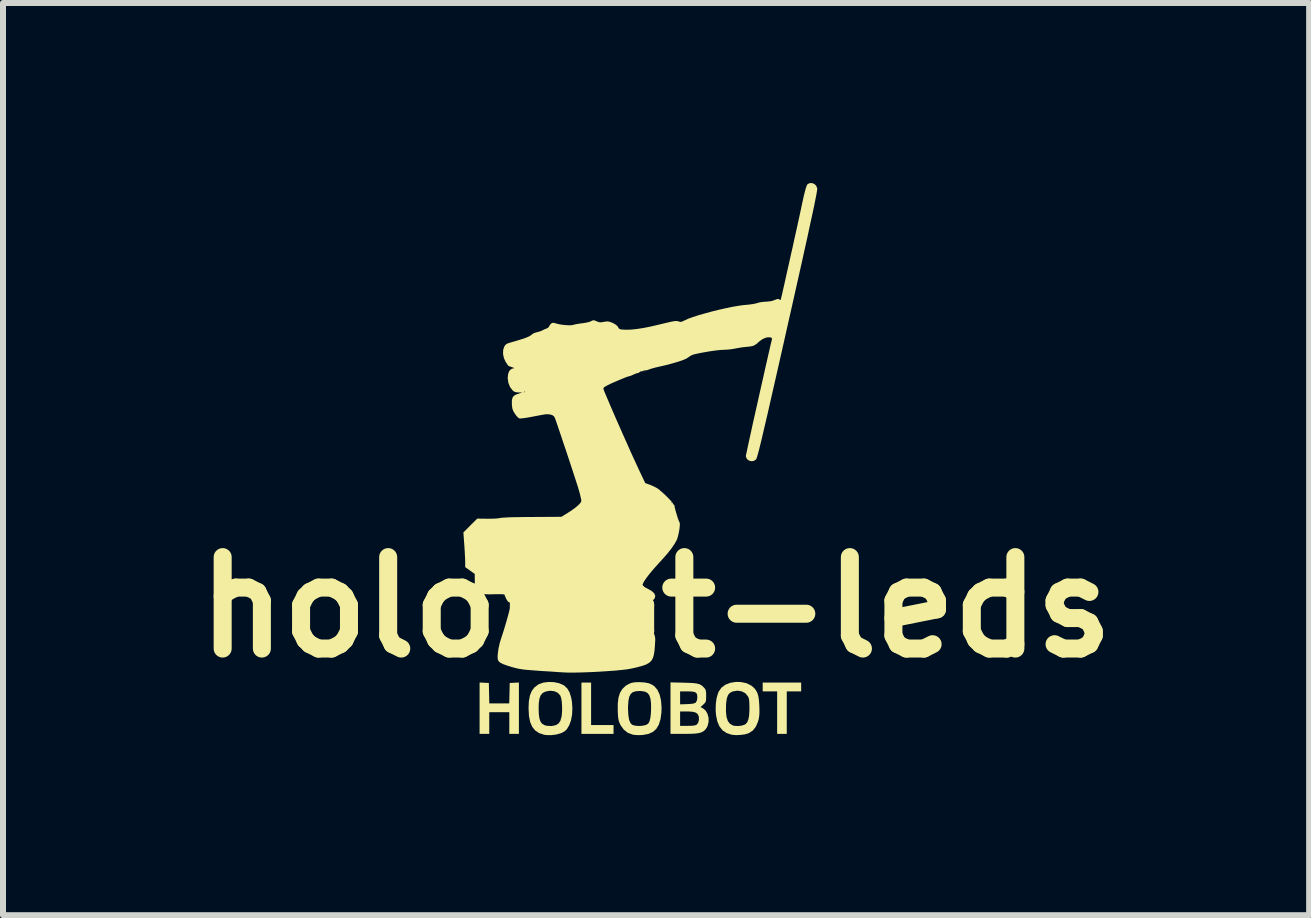
<source format=kicad_pcb>
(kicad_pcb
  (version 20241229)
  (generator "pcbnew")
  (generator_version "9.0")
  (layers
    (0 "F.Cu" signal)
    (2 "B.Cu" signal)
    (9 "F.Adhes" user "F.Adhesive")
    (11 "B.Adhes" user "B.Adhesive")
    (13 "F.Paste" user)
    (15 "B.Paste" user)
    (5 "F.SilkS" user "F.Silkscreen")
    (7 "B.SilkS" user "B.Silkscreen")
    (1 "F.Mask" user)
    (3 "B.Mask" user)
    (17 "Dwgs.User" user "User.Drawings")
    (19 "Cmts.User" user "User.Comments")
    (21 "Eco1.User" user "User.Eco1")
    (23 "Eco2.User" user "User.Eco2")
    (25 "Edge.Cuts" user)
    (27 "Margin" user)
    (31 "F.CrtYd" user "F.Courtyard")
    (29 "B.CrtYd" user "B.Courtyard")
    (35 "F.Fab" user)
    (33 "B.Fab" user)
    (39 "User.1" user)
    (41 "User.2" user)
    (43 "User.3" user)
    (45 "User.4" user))
  (footprint "holobot-leds"
    (layer "F.Cu")
    (at 7.881 7.067)
    (property "Reference" "holobot-leds" (at 0 0 0) (layer "F.SilkS") (effects (font (size 1.524 1.524) (thickness 0.3))))
    (attr board_only exclude_from_pos_files exclude_from_bom)
    (fp_poly (pts (xy -0.241 -3.922) (xy -0.247 -3.915) (xy -0.254 -3.922) (xy -0.247 -3.928)) (stroke (width 0) (type solid)) (fill yes) (layer "F.SilkS"))
    (fp_poly (pts (xy -0.187 -3.935) (xy -0.194 -3.928) (xy -0.2 -3.935) (xy -0.194 -3.942)) (stroke (width 0) (type solid)) (fill yes) (layer "F.SilkS"))
    (fp_poly (pts (xy -1.082 1.964) (xy -0.708 1.964) (xy -0.708 2.111) (xy -1.243 2.111) (xy -1.243 1.256) (xy -1.082 1.256)) (stroke (width 0) (type solid)) (fill yes) (layer "F.SilkS"))
    (fp_poly (pts (xy 2.418 1.403) (xy 2.178 1.403) (xy 2.178 2.111) (xy 2.018 2.111) (xy 2.018 1.403) (xy 1.777 1.403) (xy 1.777 1.256) (xy 2.418 1.256)) (stroke (width 0) (type solid)) (fill yes) (layer "F.SilkS"))
    (fp_poly (pts (xy -2.285 2.111) (xy -2.445 2.111) (xy -2.445 1.75) (xy -2.779 1.75) (xy -2.779 2.111) (xy -2.94 2.111) (xy -2.94 1.255) (xy -2.786 1.263) (xy -2.782 1.433) (xy -2.778 1.603) (xy -2.446 1.603) (xy -2.442 1.433) (xy -2.438 1.263) (xy -2.285 1.255)) (stroke (width 0) (type solid)) (fill yes) (layer "F.SilkS"))
    (fp_poly (pts (xy -1.7 1.249) (xy -1.615 1.267) (xy -1.543 1.298) (xy -1.526 1.309) (xy -1.477 1.357) (xy -1.44 1.421) (xy -1.414 1.506) (xy -1.401 1.576) (xy -1.394 1.685) (xy -1.399 1.79) (xy -1.417 1.886) (xy -1.447 1.968) (xy -1.486 2.033) (xy -1.521 2.067) (xy -1.582 2.099) (xy -1.659 2.121) (xy -1.744 2.132) (xy -1.827 2.131) (xy -1.866 2.125) (xy -1.948 2.098) (xy -2.013 2.055) (xy -2.062 1.995) (xy -2.097 1.915) (xy -2.117 1.815) (xy -2.124 1.693) (xy -2.124 1.684) (xy -1.956 1.684) (xy -1.953 1.781) (xy -1.943 1.855) (xy -1.924 1.909) (xy -1.894 1.946) (xy -1.853 1.968) (xy -1.813 1.977) (xy -1.739 1.98) (xy -1.674 1.967) (xy -1.626 1.939) (xy -1.624 1.938) (xy -1.593 1.891) (xy -1.573 1.82) (xy -1.565 1.726) (xy -1.566 1.643) (xy -1.571 1.57) (xy -1.58 1.518) (xy -1.592 1.481) (xy -1.599 1.468) (xy -1.638 1.426) (xy -1.695 1.4) (xy -1.764 1.393) (xy -1.79 1.395) (xy -1.849 1.409) (xy -1.893 1.433) (xy -1.924 1.472) (xy -1.944 1.528) (xy -1.954 1.604) (xy -1.956 1.684) (xy -2.124 1.684) (xy -2.124 1.682) (xy -2.119 1.565) (xy -2.101 1.47) (xy -2.07 1.395) (xy -2.025 1.335) (xy -1.964 1.29) (xy -1.948 1.281) (xy -1.875 1.256) (xy -1.789 1.246)) (stroke (width 0) (type solid)) (fill yes) (layer "F.SilkS"))
    (fp_poly (pts (xy -0.19 1.254) (xy -0.119 1.268) (xy -0.061 1.294) (xy -0.026 1.319) (xy 0.023 1.377) (xy 0.06 1.456) (xy 0.083 1.554) (xy 0.092 1.667) (xy 0.09 1.75) (xy 0.075 1.864) (xy 0.047 1.956) (xy 0.005 2.027) (xy -0.053 2.079) (xy -0.128 2.112) (xy -0.221 2.129) (xy -0.234 2.13) (xy -0.292 2.132) (xy -0.35 2.129) (xy -0.387 2.124) (xy -0.469 2.094) (xy -0.537 2.041) (xy -0.59 1.967) (xy -0.593 1.961) (xy -0.61 1.924) (xy -0.622 1.889) (xy -0.63 1.849) (xy -0.635 1.796) (xy -0.638 1.734) (xy -0.638 1.69) (xy -0.467 1.69) (xy -0.462 1.795) (xy -0.449 1.876) (xy -0.426 1.931) (xy -0.399 1.959) (xy -0.357 1.973) (xy -0.299 1.979) (xy -0.236 1.977) (xy -0.177 1.965) (xy -0.157 1.957) (xy -0.129 1.938) (xy -0.109 1.902) (xy -0.095 1.848) (xy -0.086 1.773) (xy -0.083 1.71) (xy -0.083 1.608) (xy -0.092 1.53) (xy -0.11 1.472) (xy -0.139 1.432) (xy -0.182 1.408) (xy -0.239 1.398) (xy -0.274 1.396) (xy -0.338 1.401) (xy -0.387 1.416) (xy -0.422 1.446) (xy -0.446 1.492) (xy -0.46 1.557) (xy -0.466 1.645) (xy -0.467 1.69) (xy -0.638 1.69) (xy -0.638 1.61) (xy -0.626 1.508) (xy -0.6 1.425) (xy -0.559 1.36) (xy -0.504 1.308) (xy -0.46 1.283) (xy -0.421 1.265) (xy -0.382 1.255) (xy -0.334 1.25) (xy -0.281 1.249)) (stroke (width 0) (type solid)) (fill yes) (layer "F.SilkS"))
    (fp_poly (pts (xy 1.412 1.247) (xy 1.51 1.267) (xy 1.59 1.308) (xy 1.633 1.345) (xy 1.665 1.385) (xy 1.689 1.43) (xy 1.705 1.485) (xy 1.715 1.555) (xy 1.721 1.647) (xy 1.721 1.653) (xy 1.723 1.728) (xy 1.722 1.785) (xy 1.717 1.83) (xy 1.709 1.873) (xy 1.699 1.907) (xy 1.663 1.991) (xy 1.614 2.054) (xy 1.547 2.098) (xy 1.535 2.103) (xy 1.48 2.119) (xy 1.411 2.128) (xy 1.338 2.132) (xy 1.274 2.127) (xy 1.26 2.125) (xy 1.176 2.097) (xy 1.108 2.052) (xy 1.058 1.989) (xy 1.022 1.906) (xy 1 1.803) (xy 0.995 1.745) (xy 1.165 1.745) (xy 1.175 1.832) (xy 1.197 1.898) (xy 1.232 1.943) (xy 1.279 1.97) (xy 1.306 1.977) (xy 1.366 1.98) (xy 1.425 1.974) (xy 1.474 1.958) (xy 1.496 1.945) (xy 1.522 1.912) (xy 1.54 1.865) (xy 1.551 1.802) (xy 1.556 1.718) (xy 1.556 1.676) (xy 1.555 1.607) (xy 1.552 1.557) (xy 1.546 1.522) (xy 1.536 1.495) (xy 1.529 1.482) (xy 1.486 1.432) (xy 1.427 1.402) (xy 1.358 1.391) (xy 1.282 1.403) (xy 1.27 1.407) (xy 1.229 1.429) (xy 1.2 1.464) (xy 1.18 1.517) (xy 1.169 1.59) (xy 1.166 1.635) (xy 1.165 1.745) (xy 0.995 1.745) (xy 0.993 1.708) (xy 0.996 1.61) (xy 1.009 1.516) (xy 1.032 1.435) (xy 1.044 1.407) (xy 1.089 1.342) (xy 1.155 1.292) (xy 1.237 1.26) (xy 1.333 1.245)) (stroke (width 0) (type solid)) (fill yes) (layer "F.SilkS"))
    (fp_poly (pts (xy 0.464 1.258) (xy 0.557 1.261) (xy 0.627 1.265) (xy 0.679 1.272) (xy 0.719 1.282) (xy 0.75 1.297) (xy 0.777 1.318) (xy 0.802 1.343) (xy 0.819 1.365) (xy 0.829 1.389) (xy 0.834 1.423) (xy 0.835 1.476) (xy 0.835 1.479) (xy 0.834 1.53) (xy 0.831 1.564) (xy 0.821 1.586) (xy 0.804 1.607) (xy 0.788 1.622) (xy 0.741 1.665) (xy 0.781 1.685) (xy 0.826 1.722) (xy 0.857 1.776) (xy 0.875 1.841) (xy 0.876 1.909) (xy 0.86 1.975) (xy 0.845 2.007) (xy 0.82 2.041) (xy 0.791 2.067) (xy 0.755 2.086) (xy 0.707 2.099) (xy 0.644 2.107) (xy 0.561 2.11) (xy 0.47 2.111) (xy 0.241 2.111) (xy 0.241 1.977) (xy 0.401 1.977) (xy 0.525 1.977) (xy 0.596 1.976) (xy 0.645 1.97) (xy 0.674 1.959) (xy 0.677 1.958) (xy 0.702 1.925) (xy 0.715 1.878) (xy 0.713 1.826) (xy 0.707 1.807) (xy 0.69 1.777) (xy 0.66 1.756) (xy 0.613 1.743) (xy 0.546 1.738) (xy 0.506 1.737) (xy 0.401 1.737) (xy 0.401 1.977) (xy 0.241 1.977) (xy 0.241 1.619) (xy 0.401 1.619) (xy 0.521 1.615) (xy 0.584 1.611) (xy 0.626 1.605) (xy 0.652 1.595) (xy 0.664 1.586) (xy 0.683 1.549) (xy 0.688 1.502) (xy 0.685 1.461) (xy 0.673 1.432) (xy 0.648 1.415) (xy 0.605 1.406) (xy 0.541 1.403) (xy 0.519 1.403) (xy 0.401 1.403) (xy 0.401 1.619) (xy 0.241 1.619) (xy 0.241 1.253)) (stroke (width 0) (type solid)) (fill yes) (layer "F.SilkS"))
    (fp_poly (pts (xy 2.637 -7.052) (xy 2.668 -7.022) (xy 2.685 -6.982) (xy 2.686 -6.969) (xy 2.684 -6.949) (xy 2.678 -6.913) (xy 2.669 -6.861) (xy 2.655 -6.792) (xy 2.638 -6.705) (xy 2.616 -6.6) (xy 2.589 -6.477) (xy 2.558 -6.334) (xy 2.523 -6.171) (xy 2.482 -5.987) (xy 2.437 -5.782) (xy 2.386 -5.555) (xy 2.33 -5.306) (xy 2.269 -5.034) (xy 2.202 -4.738) (xy 2.13 -4.417) (xy 2.052 -4.072) (xy 1.989 -3.795) (xy 1.938 -3.572) (xy 1.893 -3.373) (xy 1.853 -3.198) (xy 1.817 -3.045) (xy 1.786 -2.913) (xy 1.76 -2.8) (xy 1.737 -2.707) (xy 1.718 -2.63) (xy 1.702 -2.57) (xy 1.689 -2.524) (xy 1.679 -2.491) (xy 1.671 -2.471) (xy 1.666 -2.462) (xy 1.629 -2.437) (xy 1.586 -2.432) (xy 1.545 -2.444) (xy 1.513 -2.471) (xy 1.497 -2.51) (xy 1.496 -2.519) (xy 1.499 -2.536) (xy 1.508 -2.576) (xy 1.521 -2.637) (xy 1.538 -2.717) (xy 1.559 -2.813) (xy 1.583 -2.922) (xy 1.609 -3.042) (xy 1.638 -3.171) (xy 1.668 -3.305) (xy 1.699 -3.443) (xy 1.73 -3.582) (xy 1.761 -3.719) (xy 1.791 -3.852) (xy 1.819 -3.979) (xy 1.846 -4.096) (xy 1.87 -4.202) (xy 1.891 -4.294) (xy 1.908 -4.369) (xy 1.922 -4.424) (xy 1.93 -4.458) (xy 1.932 -4.465) (xy 1.928 -4.486) (xy 1.902 -4.497) (xy 1.859 -4.496) (xy 1.832 -4.491) (xy 1.778 -4.469) (xy 1.723 -4.43) (xy 1.718 -4.425) (xy 1.677 -4.389) (xy 1.643 -4.366) (xy 1.608 -4.351) (xy 1.563 -4.343) (xy 1.503 -4.337) (xy 1.437 -4.33) (xy 1.368 -4.319) (xy 1.312 -4.308) (xy 1.252 -4.298) (xy 1.183 -4.291) (xy 1.129 -4.289) (xy 1.078 -4.286) (xy 1.009 -4.279) (xy 0.927 -4.268) (xy 0.841 -4.254) (xy 0.757 -4.239) (xy 0.683 -4.224) (xy 0.625 -4.21) (xy 0.615 -4.207) (xy 0.571 -4.187) (xy 0.532 -4.159) (xy 0.501 -4.14) (xy 0.448 -4.117) (xy 0.375 -4.092) (xy 0.287 -4.066) (xy 0.188 -4.039) (xy 0.081 -4.014) (xy 0.055 -4.008) (xy -0.006 -3.994) (xy -0.062 -3.979) (xy -0.104 -3.966) (xy -0.118 -3.96) (xy -0.152 -3.948) (xy -0.178 -3.946) (xy -0.181 -3.947) (xy -0.202 -3.945) (xy -0.208 -3.94) (xy -0.226 -3.932) (xy -0.234 -3.933) (xy -0.257 -3.93) (xy -0.268 -3.921) (xy -0.291 -3.904) (xy -0.303 -3.902) (xy -0.326 -3.896) (xy -0.362 -3.882) (xy -0.377 -3.875) (xy -0.414 -3.859) (xy -0.442 -3.849) (xy -0.449 -3.848) (xy -0.468 -3.843) (xy -0.507 -3.829) (xy -0.559 -3.808) (xy -0.619 -3.783) (xy -0.682 -3.756) (xy -0.742 -3.73) (xy -0.793 -3.705) (xy -0.805 -3.699) (xy -0.847 -3.677) (xy -0.87 -3.66) (xy -0.877 -3.645) (xy -0.874 -3.63) (xy -0.864 -3.601) (xy -0.843 -3.551) (xy -0.814 -3.482) (xy -0.778 -3.397) (xy -0.736 -3.299) (xy -0.689 -3.191) (xy -0.639 -3.076) (xy -0.586 -2.957) (xy -0.533 -2.837) (xy -0.48 -2.718) (xy -0.429 -2.603) (xy -0.38 -2.495) (xy -0.335 -2.398) (xy -0.296 -2.314) (xy -0.284 -2.287) (xy -0.18 -2.068) (xy -0.097 -2.038) (xy -0.044 -2.015) (xy 0.007 -1.989) (xy 0.037 -1.97) (xy 0.076 -1.938) (xy 0.12 -1.899) (xy 0.167 -1.855) (xy 0.21 -1.812) (xy 0.247 -1.773) (xy 0.272 -1.744) (xy 0.281 -1.728) (xy 0.289 -1.712) (xy 0.294 -1.71) (xy 0.306 -1.699) (xy 0.307 -1.691) (xy 0.311 -1.666) (xy 0.321 -1.625) (xy 0.335 -1.575) (xy 0.351 -1.522) (xy 0.366 -1.473) (xy 0.38 -1.436) (xy 0.39 -1.416) (xy 0.391 -1.415) (xy 0.396 -1.397) (xy 0.396 -1.36) (xy 0.391 -1.311) (xy 0.382 -1.255) (xy 0.37 -1.2) (xy 0.357 -1.151) (xy 0.348 -1.126) (xy 0.311 -1.058) (xy 0.257 -0.979) (xy 0.185 -0.888) (xy 0.092 -0.783) (xy 0.066 -0.755) (xy -0.028 -0.651) (xy -0.104 -0.561) (xy -0.163 -0.484) (xy -0.203 -0.424) (xy -0.224 -0.379) (xy -0.227 -0.362) (xy -0.216 -0.35) (xy -0.186 -0.331) (xy -0.144 -0.31) (xy -0.142 -0.309) (xy -0.074 -0.271) (xy -0.03 -0.23) (xy -0.013 -0.189) (xy -0.022 -0.148) (xy -0.057 -0.109) (xy -0.115 -0.074) (xy -0.147 -0.053) (xy -0.16 -0.028) (xy -0.16 -0.016) (xy -0.156 0.019) (xy -0.146 0.073) (xy -0.13 0.14) (xy -0.111 0.212) (xy -0.09 0.284) (xy -0.07 0.35) (xy -0.051 0.401) (xy -0.045 0.417) (xy -0.029 0.454) (xy -0.019 0.486) (xy -0.014 0.52) (xy -0.014 0.563) (xy -0.018 0.624) (xy -0.018 0.63) (xy -0.025 0.72) (xy -0.036 0.792) (xy -0.053 0.849) (xy -0.079 0.894) (xy -0.118 0.929) (xy -0.171 0.958) (xy -0.243 0.982) (xy -0.335 1.006) (xy -0.434 1.027) (xy -0.493 1.037) (xy -0.575 1.046) (xy -0.673 1.056) (xy -0.785 1.064) (xy -0.904 1.072) (xy -1.027 1.079) (xy -1.149 1.084) (xy -1.265 1.088) (xy -1.371 1.09) (xy -1.461 1.09) (xy -1.532 1.087) (xy -1.537 1.087) (xy -1.567 1.085) (xy -1.619 1.082) (xy -1.689 1.077) (xy -1.772 1.071) (xy -1.863 1.066) (xy -1.924 1.062) (xy -2.032 1.054) (xy -2.119 1.047) (xy -2.188 1.041) (xy -2.245 1.033) (xy -2.294 1.025) (xy -2.34 1.014) (xy -2.389 1.001) (xy -2.39 1.001) (xy -2.477 0.974) (xy -2.542 0.951) (xy -2.587 0.93) (xy -2.616 0.908) (xy -2.632 0.885) (xy -2.637 0.869) (xy -2.64 0.819) (xy -2.634 0.752) (xy -2.622 0.674) (xy -2.603 0.592) (xy -2.579 0.514) (xy -2.577 0.508) (xy -2.559 0.454) (xy -2.538 0.387) (xy -2.515 0.312) (xy -2.492 0.233) (xy -2.47 0.154) (xy -2.45 0.082) (xy -2.434 0.02) (xy -2.423 -0.027) (xy -2.418 -0.053) (xy -2.418 -0.054) (xy -2.428 -0.076) (xy -2.444 -0.08) (xy -2.468 -0.094) (xy -2.494 -0.133) (xy -2.497 -0.14) (xy -2.513 -0.177) (xy -2.524 -0.203) (xy -2.525 -0.21) (xy -2.538 -0.214) (xy -2.572 -0.216) (xy -2.622 -0.217) (xy -2.684 -0.216) (xy -2.686 -0.216) (xy -2.766 -0.214) (xy -2.825 -0.215) (xy -2.869 -0.22) (xy -2.902 -0.229) (xy -2.93 -0.246) (xy -2.959 -0.269) (xy -2.967 -0.276) (xy -3.02 -0.324) (xy -3.02 -0.439) (xy -3.021 -0.554) (xy -3.101 -0.611) (xy -3.18 -0.668) (xy -3.18 -0.751) (xy -3.181 -0.795) (xy -3.184 -0.858) (xy -3.188 -0.933) (xy -3.193 -1.013) (xy -3.195 -1.04) (xy -3.21 -1.245) (xy -3.095 -1.361) (xy -2.979 -1.476) (xy -2.816 -1.474) (xy -2.747 -1.474) (xy -2.682 -1.476) (xy -2.63 -1.481) (xy -2.599 -1.486) (xy -2.569 -1.49) (xy -2.514 -1.494) (xy -2.434 -1.498) (xy -2.333 -1.5) (xy -2.21 -1.502) (xy -2.068 -1.503) (xy -2.061 -1.503) (xy -1.577 -1.506) (xy -1.503 -1.551) (xy -1.417 -1.606) (xy -1.346 -1.657) (xy -1.292 -1.703) (xy -1.258 -1.74) (xy -1.256 -1.744) (xy 0.254 -1.744) (xy 0.261 -1.737) (xy 0.267 -1.744) (xy 0.261 -1.75) (xy 0.254 -1.744) (xy -1.256 -1.744) (xy -1.245 -1.767) (xy -1.247 -1.792) (xy -1.257 -1.838) (xy -1.271 -1.897) (xy -1.29 -1.964) (xy -1.296 -1.985) (xy -1.311 -2.032) (xy -1.333 -2.1) (xy -1.361 -2.186) (xy -1.393 -2.285) (xy -1.429 -2.394) (xy -1.467 -2.509) (xy -1.506 -2.626) (xy -1.545 -2.741) (xy -1.581 -2.85) (xy -1.615 -2.949) (xy -1.644 -3.035) (xy -1.667 -3.103) (xy -1.684 -3.15) (xy -1.702 -3.182) (xy -1.731 -3.201) (xy -1.752 -3.207) (xy -1.773 -3.212) (xy -1.793 -3.215) (xy -1.817 -3.215) (xy -1.848 -3.213) (xy -1.891 -3.206) (xy -1.95 -3.195) (xy -2.029 -3.18) (xy -2.076 -3.171) (xy -2.143 -3.159) (xy -2.202 -3.15) (xy -2.248 -3.145) (xy -2.275 -3.145) (xy -2.277 -3.145) (xy -2.3 -3.16) (xy -2.329 -3.191) (xy -2.352 -3.223) (xy -2.38 -3.271) (xy -2.395 -3.314) (xy -2.401 -3.367) (xy -2.402 -3.38) (xy -2.402 -3.446) (xy -2.391 -3.492) (xy -2.368 -3.523) (xy -2.327 -3.545) (xy -2.298 -3.555) (xy -2.225 -3.578) (xy -2.289 -3.578) (xy -2.338 -3.582) (xy -2.356 -3.59) (xy -2.2 -3.59) (xy -2.198 -3.582) (xy -2.191 -3.581) (xy -2.18 -3.586) (xy -2.182 -3.59) (xy -2.198 -3.591) (xy -2.2 -3.59) (xy -2.356 -3.59) (xy -2.373 -3.597) (xy -2.387 -3.609) (xy -2.432 -3.667) (xy -2.461 -3.74) (xy -2.472 -3.819) (xy -2.464 -3.889) (xy -2.443 -3.94) (xy -2.408 -3.97) (xy -2.395 -3.975) (xy -2.358 -3.984) (xy -2.409 -4.002) (xy -2.442 -4.014) (xy -2.461 -4.022) (xy -2.463 -4.024) (xy -2.472 -4.037) (xy -2.49 -4.064) (xy -2.504 -4.084) (xy -2.534 -4.148) (xy -2.549 -4.218) (xy -2.547 -4.287) (xy -2.529 -4.341) (xy -2.508 -4.373) (xy -2.477 -4.393) (xy -2.438 -4.406) (xy -2.324 -4.439) (xy -2.234 -4.467) (xy -2.166 -4.49) (xy -2.118 -4.511) (xy -2.087 -4.529) (xy -2.078 -4.537) (xy -2.04 -4.564) (xy -1.989 -4.581) (xy -1.986 -4.581) (xy -1.942 -4.593) (xy -1.904 -4.607) (xy -1.894 -4.612) (xy -1.857 -4.631) (xy -1.828 -4.641) (xy -1.799 -4.656) (xy -1.784 -4.675) (xy -1.768 -4.703) (xy -1.751 -4.723) (xy -1.727 -4.738) (xy -1.7 -4.737) (xy -1.683 -4.732) (xy -1.632 -4.718) (xy -1.57 -4.707) (xy -1.505 -4.7) (xy -1.446 -4.697) (xy -1.4 -4.699) (xy -1.383 -4.703) (xy -1.35 -4.712) (xy -1.301 -4.721) (xy -1.244 -4.729) (xy -1.233 -4.73) (xy -1.175 -4.739) (xy -1.123 -4.75) (xy -1.087 -4.763) (xy -1.083 -4.765) (xy -1.057 -4.778) (xy -1.036 -4.781) (xy -1.008 -4.772) (xy -0.989 -4.763) (xy -0.948 -4.748) (xy -0.913 -4.746) (xy -0.876 -4.754) (xy -0.807 -4.762) (xy -0.774 -4.756) (xy -0.723 -4.737) (xy -0.678 -4.712) (xy -0.644 -4.684) (xy -0.632 -4.666) (xy -0.621 -4.646) (xy -0.604 -4.633) (xy -0.575 -4.627) (xy -0.528 -4.624) (xy -0.488 -4.623) (xy -0.406 -4.626) (xy -0.314 -4.636) (xy -0.211 -4.652) (xy -0.09 -4.676) (xy 0.051 -4.709) (xy 0.081 -4.716) (xy 0.172 -4.738) (xy 0.241 -4.754) (xy 0.291 -4.764) (xy 0.328 -4.768) (xy 0.354 -4.767) (xy 0.375 -4.763) (xy 0.387 -4.757) (xy 0.408 -4.753) (xy 0.439 -4.761) (xy 0.485 -4.783) (xy 0.486 -4.783) (xy 0.54 -4.808) (xy 0.615 -4.835) (xy 0.708 -4.865) (xy 0.814 -4.895) (xy 0.927 -4.926) (xy 1.044 -4.955) (xy 1.159 -4.981) (xy 1.269 -5.004) (xy 1.368 -5.021) (xy 1.452 -5.033) (xy 1.483 -5.036) (xy 1.55 -5.042) (xy 1.613 -5.051) (xy 1.664 -5.061) (xy 1.69 -5.069) (xy 1.733 -5.08) (xy 1.789 -5.088) (xy 1.831 -5.09) (xy 1.917 -5.099) (xy 1.976 -5.118) (xy 2.016 -5.133) (xy 2.041 -5.135) (xy 2.053 -5.129) (xy 2.071 -5.118) (xy 2.076 -5.119) (xy 2.08 -5.133) (xy 2.089 -5.17) (xy 2.103 -5.228) (xy 2.12 -5.304) (xy 2.141 -5.396) (xy 2.164 -5.501) (xy 2.19 -5.617) (xy 2.218 -5.74) (xy 2.246 -5.868) (xy 2.276 -5.999) (xy 2.304 -6.13) (xy 2.333 -6.258) (xy 2.36 -6.381) (xy 2.385 -6.496) (xy 2.408 -6.601) (xy 2.427 -6.692) (xy 2.437 -6.739) (xy 2.46 -6.843) (xy 2.481 -6.928) (xy 2.499 -6.991) (xy 2.513 -7.031) (xy 2.52 -7.043) (xy 2.555 -7.065) (xy 2.597 -7.067)) (stroke (width 0) (type solid)) (fill yes) (layer "F.SilkS")))
  (gr_rect
    (start -3 -3)
    (end 18.763 12.199)
    (stroke (width 0.1) (type default))
    (fill no)
    (layer "Edge.Cuts")))
</source>
